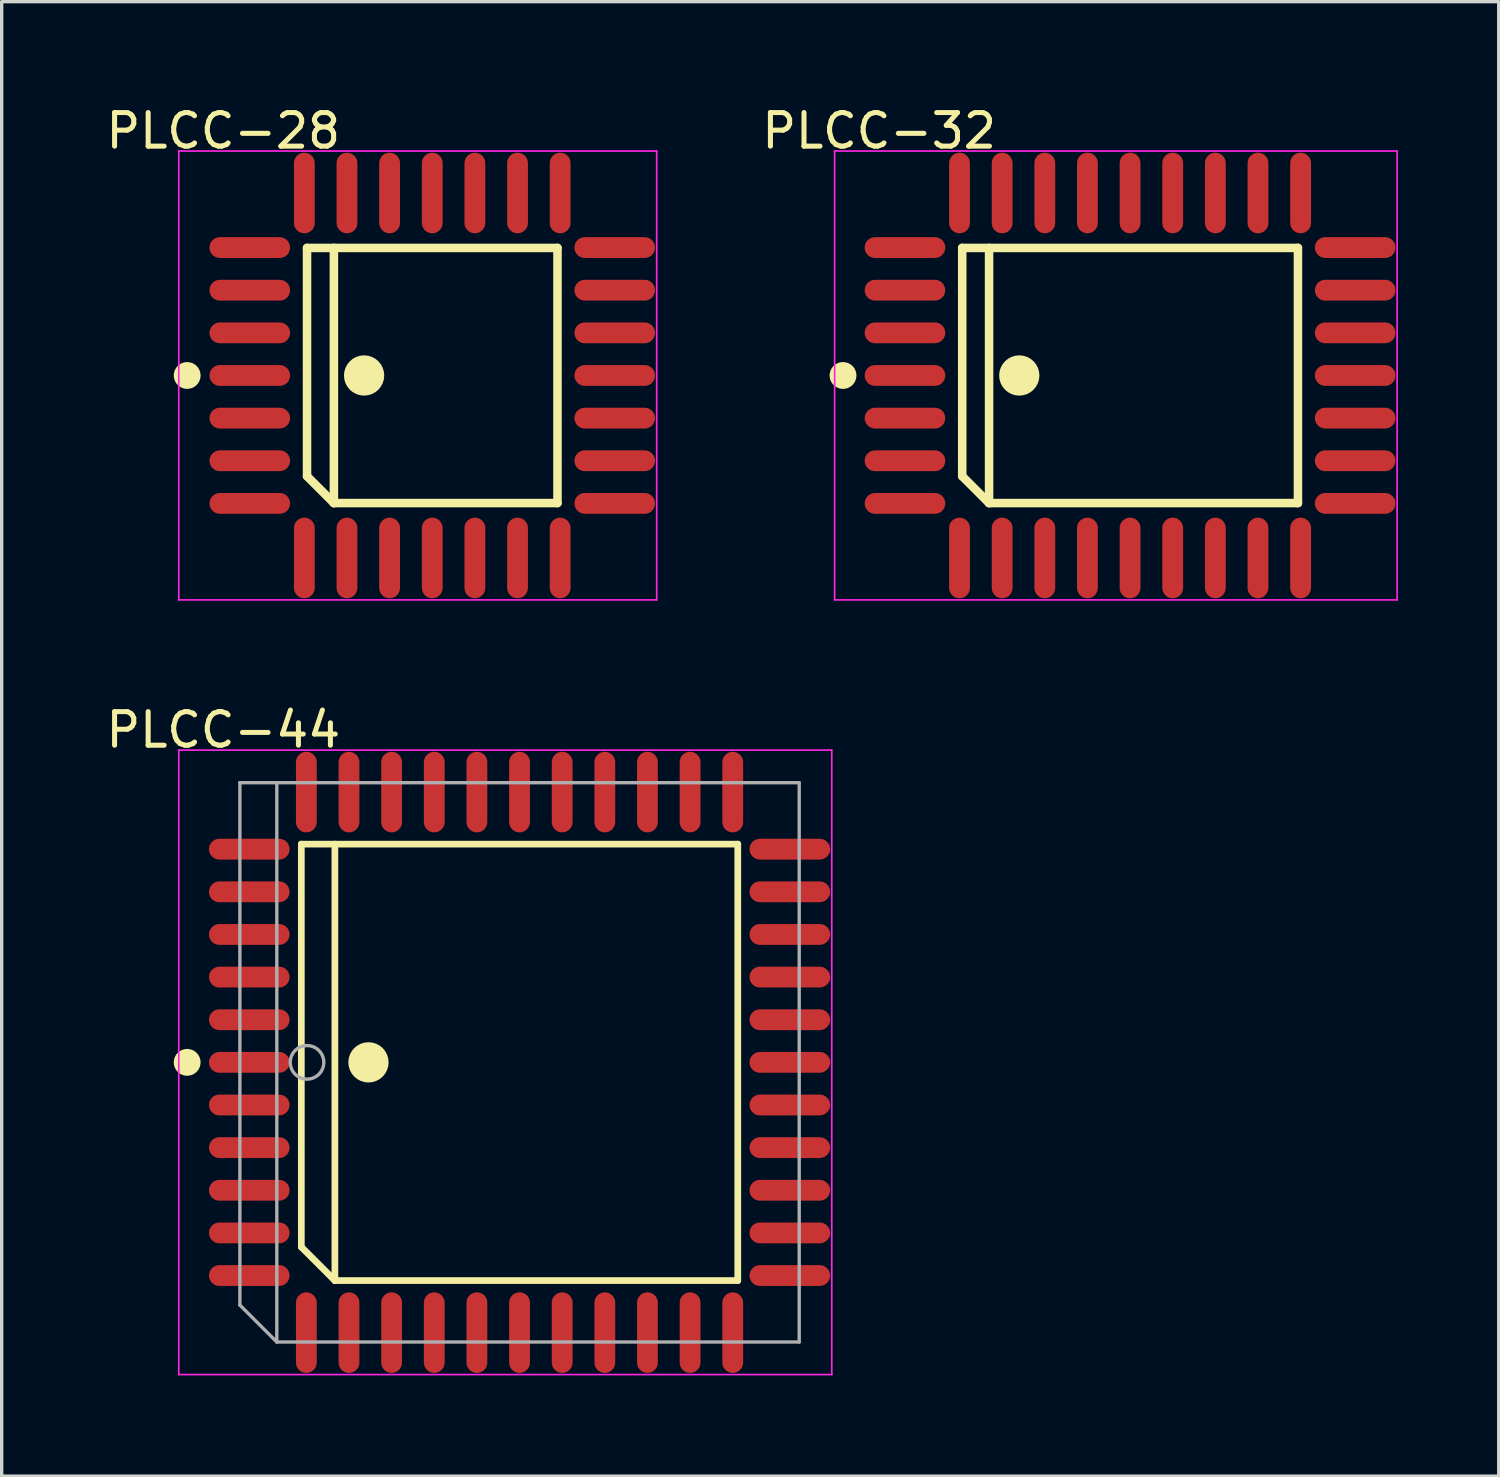
<source format=kicad_pcb>
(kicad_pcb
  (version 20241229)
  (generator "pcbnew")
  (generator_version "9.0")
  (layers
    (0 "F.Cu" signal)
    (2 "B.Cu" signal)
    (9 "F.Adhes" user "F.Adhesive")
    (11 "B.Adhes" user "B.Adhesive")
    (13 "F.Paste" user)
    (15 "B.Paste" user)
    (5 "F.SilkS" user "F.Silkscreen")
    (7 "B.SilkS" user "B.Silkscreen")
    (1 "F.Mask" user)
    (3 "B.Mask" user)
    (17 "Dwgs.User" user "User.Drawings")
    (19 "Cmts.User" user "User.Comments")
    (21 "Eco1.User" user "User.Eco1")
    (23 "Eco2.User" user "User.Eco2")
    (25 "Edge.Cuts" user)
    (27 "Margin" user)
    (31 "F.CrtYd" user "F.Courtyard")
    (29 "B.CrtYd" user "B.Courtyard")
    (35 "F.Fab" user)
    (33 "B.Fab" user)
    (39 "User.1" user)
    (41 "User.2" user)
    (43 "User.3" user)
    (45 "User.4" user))
  (footprint "PLCC-28"
    (layer "F.Cu")
    (at 9.825 8.134)
    (property "Reference" "PLCC-28" (at -6.224 -7.286 0) (layer "F.SilkS") (effects (font (size 1 1) (thickness 0.15))))
    (attr through_hole)
    (fp_line (start -3.73 -3.8) (end 3.73 -3.8) (stroke (width 0.254) (type solid)) (layer "F.SilkS"))
    (fp_line (start -3.73 3) (end -3.73 -3.8) (stroke (width 0.254) (type solid)) (layer "F.SilkS"))
    (fp_line (start -3.73 3) (end -2.93 3.8) (stroke (width 0.254) (type solid)) (layer "F.SilkS"))
    (fp_line (start -2.93 3.8) (end -2.93 -3.8) (stroke (width 0.254) (type solid)) (layer "F.SilkS"))
    (fp_line (start -2.93 3.8) (end 3.73 3.8) (stroke (width 0.254) (type solid)) (layer "F.SilkS"))
    (fp_line (start 3.73 3.8) (end 3.73 -3.8) (stroke (width 0.254) (type solid)) (layer "F.SilkS"))
    (fp_circle (center -7.3 0) (end -7.1 0) (stroke (width 0.4) (type solid)) (fill no) (layer "F.SilkS"))
    (fp_circle (center -2.03 0) (end -1.73 0) (stroke (width 0.6) (type solid)) (fill no) (layer "F.SilkS"))
    (fp_line (start -7.55 -6.685) (end 6.685 -6.685) (stroke (width 0.05) (type solid)) (layer "F.CrtYd"))
    (fp_line (start -7.55 6.685) (end -7.55 -6.685) (stroke (width 0.05) (type solid)) (layer "F.CrtYd"))
    (fp_line (start 6.685 -6.685) (end 6.685 6.685) (stroke (width 0.05) (type solid)) (layer "F.CrtYd"))
    (fp_line (start 6.685 6.685) (end -7.55 6.685) (stroke (width 0.05) (type solid)) (layer "F.CrtYd"))
    (pad "1" smd oval (at -5.435 0 90) (size 0.62 2.4) (layers "F.Cu" "F.Mask" "F.Paste"))
    (pad "2" smd oval (at -5.435 1.27 90) (size 0.62 2.4) (layers "F.Cu" "F.Mask" "F.Paste"))
    (pad "3" smd oval (at -5.435 2.54 90) (size 0.62 2.4) (layers "F.Cu" "F.Mask" "F.Paste"))
    (pad "4" smd oval (at -5.435 3.81 90) (size 0.62 2.4) (layers "F.Cu" "F.Mask" "F.Paste"))
    (pad "5" smd oval (at -3.81 5.435 180) (size 0.62 2.4) (layers "F.Cu" "F.Mask" "F.Paste"))
    (pad "6" smd oval (at -2.54 5.435 180) (size 0.62 2.4) (layers "F.Cu" "F.Mask" "F.Paste"))
    (pad "7" smd oval (at -1.27 5.435 180) (size 0.62 2.4) (layers "F.Cu" "F.Mask" "F.Paste"))
    (pad "8" smd oval (at 0 5.435 180) (size 0.62 2.4) (layers "F.Cu" "F.Mask" "F.Paste"))
    (pad "9" smd oval (at 1.27 5.435 180) (size 0.62 2.4) (layers "F.Cu" "F.Mask" "F.Paste"))
    (pad "10" smd oval (at 2.54 5.435 180) (size 0.62 2.4) (layers "F.Cu" "F.Mask" "F.Paste"))
    (pad "11" smd oval (at 3.81 5.435 180) (size 0.62 2.4) (layers "F.Cu" "F.Mask" "F.Paste"))
    (pad "12" smd oval (at 5.435 3.81 270) (size 0.62 2.4) (layers "F.Cu" "F.Mask" "F.Paste"))
    (pad "13" smd oval (at 5.435 2.54 270) (size 0.62 2.4) (layers "F.Cu" "F.Mask" "F.Paste"))
    (pad "14" smd oval (at 5.435 1.27 270) (size 0.62 2.4) (layers "F.Cu" "F.Mask" "F.Paste"))
    (pad "15" smd oval (at 5.435 0 270) (size 0.62 2.4) (layers "F.Cu" "F.Mask" "F.Paste"))
    (pad "16" smd oval (at 5.435 -1.27 270) (size 0.62 2.4) (layers "F.Cu" "F.Mask" "F.Paste"))
    (pad "17" smd oval (at 5.435 -2.54 270) (size 0.62 2.4) (layers "F.Cu" "F.Mask" "F.Paste"))
    (pad "18" smd oval (at 5.435 -3.81 270) (size 0.62 2.4) (layers "F.Cu" "F.Mask" "F.Paste"))
    (pad "19" smd oval (at 3.81 -5.435) (size 0.62 2.4) (layers "F.Cu" "F.Mask" "F.Paste"))
    (pad "20" smd oval (at 2.54 -5.435) (size 0.62 2.4) (layers "F.Cu" "F.Mask" "F.Paste"))
    (pad "21" smd oval (at 1.27 -5.435) (size 0.62 2.4) (layers "F.Cu" "F.Mask" "F.Paste"))
    (pad "22" smd oval (at 0 -5.435) (size 0.62 2.4) (layers "F.Cu" "F.Mask" "F.Paste"))
    (pad "23" smd oval (at -1.27 -5.435) (size 0.62 2.4) (layers "F.Cu" "F.Mask" "F.Paste"))
    (pad "24" smd oval (at -2.54 -5.435) (size 0.62 2.4) (layers "F.Cu" "F.Mask" "F.Paste"))
    (pad "25" smd oval (at -3.81 -5.435) (size 0.62 2.4) (layers "F.Cu" "F.Mask" "F.Paste"))
    (pad "26" smd oval (at -5.435 -3.81 270) (size 0.62 2.4) (layers "F.Cu" "F.Mask" "F.Paste"))
    (pad "27" smd oval (at -5.435 -2.54 270) (size 0.62 2.4) (layers "F.Cu" "F.Mask" "F.Paste"))
    (pad "28" smd oval (at -5.435 -1.27 270) (size 0.62 2.4) (layers "F.Cu" "F.Mask" "F.Paste")))
  (footprint "PLCC-44"
    (layer "F.Cu")
    (at 12.425 28.593)
    (property "Reference" "PLCC-44" (at -8.824 -9.901 0) (layer "F.SilkS") (effects (font (size 1 1) (thickness 0.15))))
    (attr through_hole)
    (fp_line (start -6.5 -6.5) (end 6.5 -6.5) (stroke (width 0.2) (type solid)) (layer "F.SilkS"))
    (fp_line (start -6.5 5.5) (end -6.5 -6.5) (stroke (width 0.2) (type solid)) (layer "F.SilkS"))
    (fp_line (start -6.5 5.5) (end -5.5 6.5) (stroke (width 0.2) (type solid)) (layer "F.SilkS"))
    (fp_line (start -5.5 6.5) (end -5.5 -6.5) (stroke (width 0.2) (type solid)) (layer "F.SilkS"))
    (fp_line (start -5.5 6.5) (end 6.5 6.5) (stroke (width 0.2) (type solid)) (layer "F.SilkS"))
    (fp_line (start 6.5 6.5) (end 6.5 -6.5) (stroke (width 0.2) (type solid)) (layer "F.SilkS"))
    (fp_circle (center -9.9 0) (end -9.7 0) (stroke (width 0.4) (type solid)) (fill no) (layer "F.SilkS"))
    (fp_circle (center -4.5 0) (end -4.2 0) (stroke (width 0.6) (type solid)) (fill no) (layer "F.SilkS"))
    (fp_line (start -10.15 -9.3) (end 9.3 -9.3) (stroke (width 0.05) (type solid)) (layer "F.CrtYd"))
    (fp_line (start -10.15 9.3) (end -10.15 -9.3) (stroke (width 0.05) (type solid)) (layer "F.CrtYd"))
    (fp_line (start 9.3 -9.3) (end 9.3 9.3) (stroke (width 0.05) (type solid)) (layer "F.CrtYd"))
    (fp_line (start 9.3 9.3) (end -10.15 9.3) (stroke (width 0.05) (type solid)) (layer "F.CrtYd"))
    (fp_line (start -8.33 -8.33) (end 8.33 -8.33) (stroke (width 0.1) (type solid)) (layer "F.Fab"))
    (fp_line (start -8.33 7.23) (end -8.33 -8.33) (stroke (width 0.1) (type solid)) (layer "F.Fab"))
    (fp_line (start -8.33 7.23) (end -7.23 8.33) (stroke (width 0.1) (type solid)) (layer "F.Fab"))
    (fp_line (start -7.23 8.33) (end -7.23 -8.33) (stroke (width 0.1) (type solid)) (layer "F.Fab"))
    (fp_line (start -7.23 8.33) (end 8.33 8.33) (stroke (width 0.1) (type solid)) (layer "F.Fab"))
    (fp_line (start 8.33 8.33) (end 8.33 -8.33) (stroke (width 0.1) (type solid)) (layer "F.Fab"))
    (fp_circle (center -6.33 0) (end -5.83 0) (stroke (width 0.1) (type solid)) (fill no) (layer "F.Fab"))
    (pad "1" smd oval (at -8.05 0 90) (size 0.62 2.4) (layers "F.Cu" "F.Mask" "F.Paste"))
    (pad "2" smd oval (at -8.05 1.27 90) (size 0.62 2.4) (layers "F.Cu" "F.Mask" "F.Paste"))
    (pad "3" smd oval (at -8.05 2.54 90) (size 0.62 2.4) (layers "F.Cu" "F.Mask" "F.Paste"))
    (pad "4" smd oval (at -8.05 3.81 90) (size 0.62 2.4) (layers "F.Cu" "F.Mask" "F.Paste"))
    (pad "5" smd oval (at -8.05 5.08 90) (size 0.62 2.4) (layers "F.Cu" "F.Mask" "F.Paste"))
    (pad "6" smd oval (at -8.05 6.35 90) (size 0.62 2.4) (layers "F.Cu" "F.Mask" "F.Paste"))
    (pad "7" smd oval (at -6.35 8.05 180) (size 0.62 2.4) (layers "F.Cu" "F.Mask" "F.Paste"))
    (pad "8" smd oval (at -5.08 8.05 180) (size 0.62 2.4) (layers "F.Cu" "F.Mask" "F.Paste"))
    (pad "9" smd oval (at -3.81 8.05 180) (size 0.62 2.4) (layers "F.Cu" "F.Mask" "F.Paste"))
    (pad "10" smd oval (at -2.54 8.05 180) (size 0.62 2.4) (layers "F.Cu" "F.Mask" "F.Paste"))
    (pad "11" smd oval (at -1.27 8.05 180) (size 0.62 2.4) (layers "F.Cu" "F.Mask" "F.Paste"))
    (pad "12" smd oval (at 0 8.05 180) (size 0.62 2.4) (layers "F.Cu" "F.Mask" "F.Paste"))
    (pad "13" smd oval (at 1.27 8.05 180) (size 0.62 2.4) (layers "F.Cu" "F.Mask" "F.Paste"))
    (pad "14" smd oval (at 2.54 8.05 180) (size 0.62 2.4) (layers "F.Cu" "F.Mask" "F.Paste"))
    (pad "15" smd oval (at 3.81 8.05 180) (size 0.62 2.4) (layers "F.Cu" "F.Mask" "F.Paste"))
    (pad "16" smd oval (at 5.08 8.05 180) (size 0.62 2.4) (layers "F.Cu" "F.Mask" "F.Paste"))
    (pad "17" smd oval (at 6.35 8.05 180) (size 0.62 2.4) (layers "F.Cu" "F.Mask" "F.Paste"))
    (pad "18" smd oval (at 8.05 6.35 90) (size 0.62 2.4) (layers "F.Cu" "F.Mask" "F.Paste"))
    (pad "19" smd oval (at 8.05 5.08 90) (size 0.62 2.4) (layers "F.Cu" "F.Mask" "F.Paste"))
    (pad "20" smd oval (at 8.05 3.81 90) (size 0.62 2.4) (layers "F.Cu" "F.Mask" "F.Paste"))
    (pad "21" smd oval (at 8.05 2.54 90) (size 0.62 2.4) (layers "F.Cu" "F.Mask" "F.Paste"))
    (pad "22" smd oval (at 8.05 1.27 90) (size 0.62 2.4) (layers "F.Cu" "F.Mask" "F.Paste"))
    (pad "23" smd oval (at 8.05 0 90) (size 0.62 2.4) (layers "F.Cu" "F.Mask" "F.Paste"))
    (pad "24" smd oval (at 8.05 -1.27 90) (size 0.62 2.4) (layers "F.Cu" "F.Mask" "F.Paste"))
    (pad "25" smd oval (at 8.05 -2.54 90) (size 0.62 2.4) (layers "F.Cu" "F.Mask" "F.Paste"))
    (pad "26" smd oval (at 8.05 -3.81 90) (size 0.62 2.4) (layers "F.Cu" "F.Mask" "F.Paste"))
    (pad "27" smd oval (at 8.05 -5.08 90) (size 0.62 2.4) (layers "F.Cu" "F.Mask" "F.Paste"))
    (pad "28" smd oval (at 8.05 -6.35 90) (size 0.62 2.4) (layers "F.Cu" "F.Mask" "F.Paste"))
    (pad "29" smd oval (at 6.35 -8.05 180) (size 0.62 2.4) (layers "F.Cu" "F.Mask" "F.Paste"))
    (pad "30" smd oval (at 5.08 -8.05 180) (size 0.62 2.4) (layers "F.Cu" "F.Mask" "F.Paste"))
    (pad "31" smd oval (at 3.81 -8.05 180) (size 0.62 2.4) (layers "F.Cu" "F.Mask" "F.Paste"))
    (pad "32" smd oval (at 2.54 -8.05 180) (size 0.62 2.4) (layers "F.Cu" "F.Mask" "F.Paste"))
    (pad "33" smd oval (at 1.27 -8.05 180) (size 0.62 2.4) (layers "F.Cu" "F.Mask" "F.Paste"))
    (pad "34" smd oval (at 0 -8.05 180) (size 0.62 2.4) (layers "F.Cu" "F.Mask" "F.Paste"))
    (pad "35" smd oval (at -1.27 -8.05 180) (size 0.62 2.4) (layers "F.Cu" "F.Mask" "F.Paste"))
    (pad "36" smd oval (at -2.54 -8.05 180) (size 0.62 2.4) (layers "F.Cu" "F.Mask" "F.Paste"))
    (pad "37" smd oval (at -3.81 -8.05 180) (size 0.62 2.4) (layers "F.Cu" "F.Mask" "F.Paste"))
    (pad "38" smd oval (at -5.08 -8.05 180) (size 0.62 2.4) (layers "F.Cu" "F.Mask" "F.Paste"))
    (pad "39" smd oval (at -6.35 -8.05 180) (size 0.62 2.4) (layers "F.Cu" "F.Mask" "F.Paste"))
    (pad "40" smd oval (at -8.05 -6.35 90) (size 0.62 2.4) (layers "F.Cu" "F.Mask" "F.Paste"))
    (pad "41" smd oval (at -8.05 -5.08 90) (size 0.62 2.4) (layers "F.Cu" "F.Mask" "F.Paste"))
    (pad "42" smd oval (at -8.05 -3.81 90) (size 0.62 2.4) (layers "F.Cu" "F.Mask" "F.Paste"))
    (pad "43" smd oval (at -8.05 -2.54 90) (size 0.62 2.4) (layers "F.Cu" "F.Mask" "F.Paste"))
    (pad "44" smd oval (at -8.05 -1.27 90) (size 0.62 2.4) (layers "F.Cu" "F.Mask" "F.Paste")))
  (footprint "PLCC-32"
    (layer "F.Cu")
    (at 30.61 8.134)
    (property "Reference" "PLCC-32" (at -7.474 -7.286 0) (layer "F.SilkS") (effects (font (size 1 1) (thickness 0.15))))
    (attr through_hole)
    (fp_line (start -5 -3.8) (end 5 -3.8) (stroke (width 0.254) (type solid)) (layer "F.SilkS"))
    (fp_line (start -5 3) (end -5 -3.8) (stroke (width 0.254) (type solid)) (layer "F.SilkS"))
    (fp_line (start -5 3) (end -4.2 3.8) (stroke (width 0.254) (type solid)) (layer "F.SilkS"))
    (fp_line (start -4.2 3.8) (end -4.2 -3.8) (stroke (width 0.254) (type solid)) (layer "F.SilkS"))
    (fp_line (start -4.2 3.8) (end 5 3.8) (stroke (width 0.254) (type solid)) (layer "F.SilkS"))
    (fp_line (start 5 3.8) (end 5 -3.8) (stroke (width 0.254) (type solid)) (layer "F.SilkS"))
    (fp_circle (center -8.55 0) (end -8.35 0) (stroke (width 0.4) (type solid)) (fill no) (layer "F.SilkS"))
    (fp_circle (center -3.3 0) (end -3 0) (stroke (width 0.6) (type solid)) (fill no) (layer "F.SilkS"))
    (fp_line (start -8.8 -6.685) (end 7.955 -6.685) (stroke (width 0.05) (type solid)) (layer "F.CrtYd"))
    (fp_line (start -8.8 6.685) (end -8.8 -6.685) (stroke (width 0.05) (type solid)) (layer "F.CrtYd"))
    (fp_line (start 7.955 -6.685) (end 7.955 6.685) (stroke (width 0.05) (type solid)) (layer "F.CrtYd"))
    (fp_line (start 7.955 6.685) (end -8.8 6.685) (stroke (width 0.05) (type solid)) (layer "F.CrtYd"))
    (pad "1" smd oval (at -6.705 0 270) (size 0.62 2.4) (layers "F.Cu" "F.Mask" "F.Paste"))
    (pad "2" smd oval (at -6.705 1.27 270) (size 0.62 2.4) (layers "F.Cu" "F.Mask" "F.Paste"))
    (pad "3" smd oval (at -6.705 2.54 270) (size 0.62 2.4) (layers "F.Cu" "F.Mask" "F.Paste"))
    (pad "4" smd oval (at -6.705 3.81 270) (size 0.62 2.4) (layers "F.Cu" "F.Mask" "F.Paste"))
    (pad "5" smd oval (at -5.08 5.435) (size 0.62 2.4) (layers "F.Cu" "F.Mask" "F.Paste"))
    (pad "6" smd oval (at -3.81 5.435) (size 0.62 2.4) (layers "F.Cu" "F.Mask" "F.Paste"))
    (pad "7" smd oval (at -2.54 5.435) (size 0.62 2.4) (layers "F.Cu" "F.Mask" "F.Paste"))
    (pad "8" smd oval (at -1.27 5.435) (size 0.62 2.4) (layers "F.Cu" "F.Mask" "F.Paste"))
    (pad "9" smd oval (at 0 5.435) (size 0.62 2.4) (layers "F.Cu" "F.Mask" "F.Paste"))
    (pad "10" smd oval (at 1.27 5.435) (size 0.62 2.4) (layers "F.Cu" "F.Mask" "F.Paste"))
    (pad "11" smd oval (at 2.54 5.435) (size 0.62 2.4) (layers "F.Cu" "F.Mask" "F.Paste"))
    (pad "12" smd oval (at 3.81 5.435) (size 0.62 2.4) (layers "F.Cu" "F.Mask" "F.Paste"))
    (pad "13" smd oval (at 5.08 5.435) (size 0.62 2.4) (layers "F.Cu" "F.Mask" "F.Paste"))
    (pad "14" smd oval (at 6.705 3.81 90) (size 0.62 2.4) (layers "F.Cu" "F.Mask" "F.Paste"))
    (pad "15" smd oval (at 6.705 2.54 90) (size 0.62 2.4) (layers "F.Cu" "F.Mask" "F.Paste"))
    (pad "16" smd oval (at 6.705 1.27 90) (size 0.62 2.4) (layers "F.Cu" "F.Mask" "F.Paste"))
    (pad "17" smd oval (at 6.705 0 90) (size 0.62 2.4) (layers "F.Cu" "F.Mask" "F.Paste"))
    (pad "18" smd oval (at 6.705 -1.27 90) (size 0.62 2.4) (layers "F.Cu" "F.Mask" "F.Paste"))
    (pad "19" smd oval (at 6.705 -2.54 90) (size 0.62 2.4) (layers "F.Cu" "F.Mask" "F.Paste"))
    (pad "20" smd oval (at 6.705 -3.81 90) (size 0.62 2.4) (layers "F.Cu" "F.Mask" "F.Paste"))
    (pad "21" smd oval (at 5.08 -5.435 180) (size 0.62 2.4) (layers "F.Cu" "F.Mask" "F.Paste"))
    (pad "22" smd oval (at 3.81 -5.435 180) (size 0.62 2.4) (layers "F.Cu" "F.Mask" "F.Paste"))
    (pad "23" smd oval (at 2.54 -5.435 180) (size 0.62 2.4) (layers "F.Cu" "F.Mask" "F.Paste"))
    (pad "24" smd oval (at 1.27 -5.435 180) (size 0.62 2.4) (layers "F.Cu" "F.Mask" "F.Paste"))
    (pad "25" smd oval (at 0 -5.435 180) (size 0.62 2.4) (layers "F.Cu" "F.Mask" "F.Paste"))
    (pad "26" smd oval (at -1.27 -5.435 180) (size 0.62 2.4) (layers "F.Cu" "F.Mask" "F.Paste"))
    (pad "27" smd oval (at -2.54 -5.435 180) (size 0.62 2.4) (layers "F.Cu" "F.Mask" "F.Paste"))
    (pad "28" smd oval (at -3.81 -5.435 180) (size 0.62 2.4) (layers "F.Cu" "F.Mask" "F.Paste"))
    (pad "29" smd oval (at -5.08 -5.435 180) (size 0.62 2.4) (layers "F.Cu" "F.Mask" "F.Paste"))
    (pad "30" smd oval (at -6.705 -3.81 90) (size 0.62 2.4) (layers "F.Cu" "F.Mask" "F.Paste"))
    (pad "31" smd oval (at -6.705 -2.54 90) (size 0.62 2.4) (layers "F.Cu" "F.Mask" "F.Paste"))
    (pad "32" smd oval (at -6.705 -1.27 90) (size 0.62 2.4) (layers "F.Cu" "F.Mask" "F.Paste")))
  (gr_rect
    (start -3 -3)
    (end 41.59 40.918)
    (stroke (width 0.1) (type default))
    (fill no)
    (layer "Edge.Cuts")))
</source>
